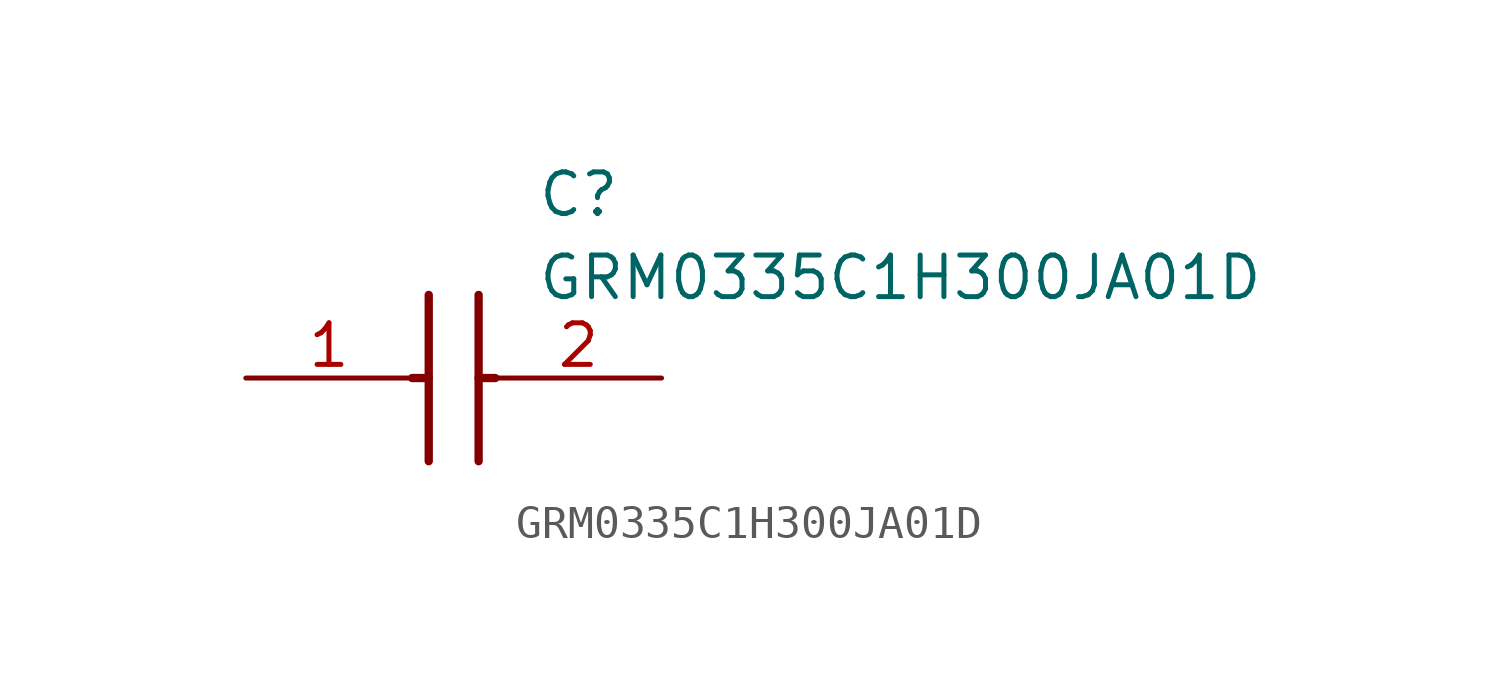
<source format=kicad_sym>
(kicad_symbol_lib
  (version 20211014)
  (generator SamacSys_ECAD_Model)
  (symbol "GRM0335C1H300JA01D"
    (pin_names hide)
    (property "Reference" "C"
      (at 8.89 6.35 0)
      (effects (font (size 1.27 1.27)) (justify left top)))
    (property "Value" "GRM0335C1H300JA01D"
      (at 8.89 3.81 0)
      (effects (font (size 1.27 1.27)) (justify left top)))
    (polyline
      (pts (xy 5.588 2.54) (xy 5.588 -2.54))
      (stroke (width 0.254) (type default))
      (fill (type none)))
    (polyline
      (pts (xy 7.112 2.54) (xy 7.112 -2.54))
      (stroke (width 0.254) (type default))
      (fill (type none)))
    (polyline
      (pts (xy 5.08 0) (xy 5.588 0))
      (stroke (width 0.254) (type default))
      (fill (type none)))
    (polyline
      (pts (xy 7.112 0) (xy 7.62 0))
      (stroke (width 0.254) (type default))
      (fill (type none)))
    (pin passive line
      (at 0 0 0)
      (length 5.08)
      (name "1" (effects (font (size 1.27 1.27))))
      (number "1" (effects (font (size 1.27 1.27)))))
    (pin passive line
      (at 12.7 0 180)
      (length 5.08)
      (name "2" (effects (font (size 1.27 1.27))))
      (number "2" (effects (font (size 1.27 1.27)))))))
</source>
